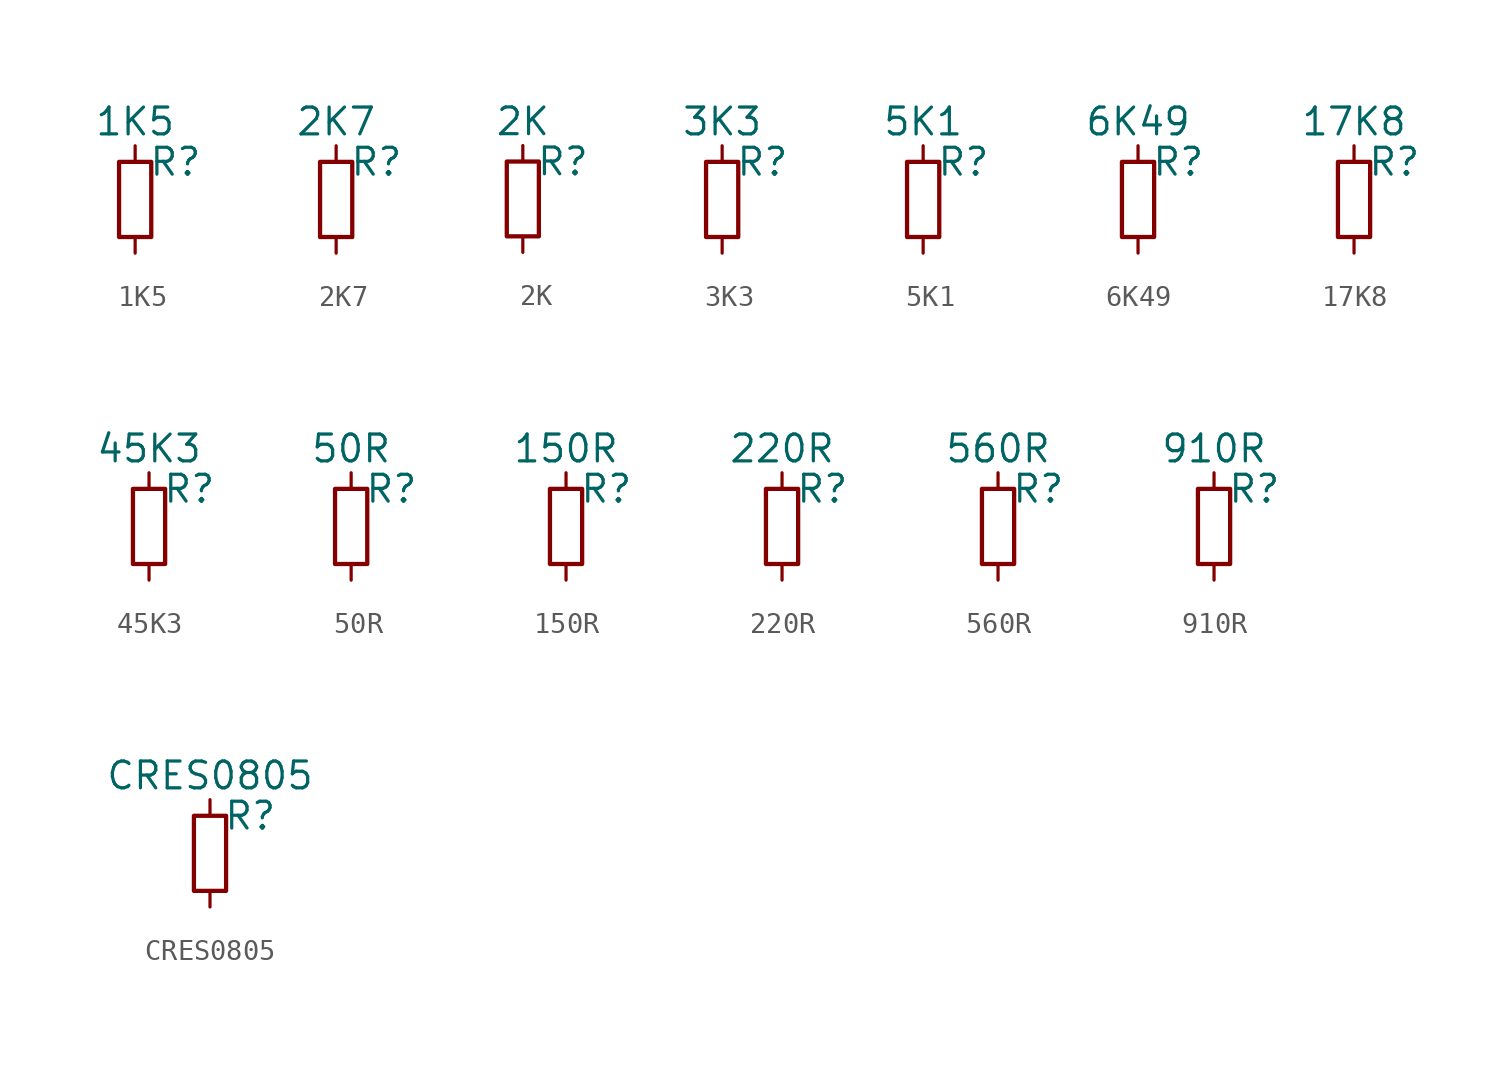
<source format=kicad_sym>
(kicad_symbol_lib
  (version 20241209)
  (generator "kicad_symbol_editor")
  (generator_version "9.0")
  (symbol "1K5"
    (pin_numbers
      (hide yes))
    (pin_names
      (offset 0)
      (hide yes))
    (property "Reference" "R"
      (at 1.905 1.651 0)
      (effects (font (size 1.27 1.27))))
    (property "Value" "1K5"
      (at 0 3.556 0)
      (effects (font (size 1.27 1.27))))
    (symbol "1K5_1_1"
      (rectangle (start -0.762 1.651) (end 0.762 -1.905) (stroke (width 0.203) (type solid)) (fill (type none)))
      (pin passive line (at 0 2.413 270) (length 0.762) (name "~" (effects (font (size 1.27 1.27)))) (number "1" (effects (font (size 1.27 1.27)))))
      (pin passive line (at 0 -2.667 90) (length 0.762) (name "~" (effects (font (size 1.27 1.27)))) (number "2" (effects (font (size 1.27 1.27)))))))
  (symbol "2K7"
    (pin_numbers
      (hide yes))
    (pin_names
      (offset 0)
      (hide yes))
    (property "Reference" "R"
      (at 1.905 1.651 0)
      (effects (font (size 1.27 1.27))))
    (property "Value" "2K7"
      (at 0 3.556 0)
      (effects (font (size 1.27 1.27))))
    (symbol "2K7_1_1"
      (rectangle (start -0.762 1.651) (end 0.762 -1.905) (stroke (width 0.203) (type solid)) (fill (type none)))
      (pin passive line (at 0 2.413 270) (length 0.762) (name "~" (effects (font (size 1.27 1.27)))) (number "1" (effects (font (size 1.27 1.27)))))
      (pin passive line (at 0 -2.667 90) (length 0.762) (name "~" (effects (font (size 1.27 1.27)))) (number "2" (effects (font (size 1.27 1.27)))))))
  (symbol "2K"
    (pin_numbers
      (hide yes))
    (pin_names
      (offset 0)
      (hide yes))
    (property "Reference" "R"
      (at 1.905 1.651 0)
      (effects (font (size 1.27 1.27))))
    (property "Value" "2K"
      (at 0 3.556 0)
      (effects (font (size 1.27 1.27))))
    (symbol "2K_1_1"
      (rectangle (start -0.762 1.651) (end 0.762 -1.905) (stroke (width 0.203) (type solid)) (fill (type none)))
      (pin passive line (at 0 2.413 270) (length 0.762) (name "~" (effects (font (size 1.27 1.27)))) (number "1" (effects (font (size 1.27 1.27)))))
      (pin passive line (at 0 -2.667 90) (length 0.762) (name "~" (effects (font (size 1.27 1.27)))) (number "2" (effects (font (size 1.27 1.27)))))))
  (symbol "3K3"
    (pin_numbers
      (hide yes))
    (pin_names
      (offset 0)
      (hide yes))
    (property "Reference" "R"
      (at 1.905 1.651 0)
      (effects (font (size 1.27 1.27))))
    (property "Value" "3K3"
      (at 0 3.556 0)
      (effects (font (size 1.27 1.27))))
    (symbol "3K3_1_1"
      (rectangle (start -0.762 1.651) (end 0.762 -1.905) (stroke (width 0.203) (type solid)) (fill (type none)))
      (pin passive line (at 0 2.413 270) (length 0.762) (name "~" (effects (font (size 1.27 1.27)))) (number "1" (effects (font (size 1.27 1.27)))))
      (pin passive line (at 0 -2.667 90) (length 0.762) (name "~" (effects (font (size 1.27 1.27)))) (number "2" (effects (font (size 1.27 1.27)))))))
  (symbol "5K1"
    (pin_numbers
      (hide yes))
    (pin_names
      (offset 0)
      (hide yes))
    (property "Reference" "R"
      (at 1.905 1.651 0)
      (effects (font (size 1.27 1.27))))
    (property "Value" "5K1"
      (at 0 3.556 0)
      (effects (font (size 1.27 1.27))))
    (symbol "5K1_1_1"
      (rectangle (start -0.762 1.651) (end 0.762 -1.905) (stroke (width 0.203) (type solid)) (fill (type none)))
      (pin passive line (at 0 2.413 270) (length 0.762) (name "~" (effects (font (size 1.27 1.27)))) (number "1" (effects (font (size 1.27 1.27)))))
      (pin passive line (at 0 -2.667 90) (length 0.762) (name "~" (effects (font (size 1.27 1.27)))) (number "2" (effects (font (size 1.27 1.27)))))))
  (symbol "6K49"
    (pin_numbers
      (hide yes))
    (pin_names
      (offset 0)
      (hide yes))
    (property "Reference" "R"
      (at 1.905 1.651 0)
      (effects (font (size 1.27 1.27))))
    (property "Value" "6K49"
      (at 0 3.556 0)
      (effects (font (size 1.27 1.27))))
    (symbol "6K49_1_1"
      (rectangle (start -0.762 1.651) (end 0.762 -1.905) (stroke (width 0.203) (type solid)) (fill (type none)))
      (pin passive line (at 0 2.413 270) (length 0.762) (name "~" (effects (font (size 1.27 1.27)))) (number "1" (effects (font (size 1.27 1.27)))))
      (pin passive line (at 0 -2.667 90) (length 0.762) (name "~" (effects (font (size 1.27 1.27)))) (number "2" (effects (font (size 1.27 1.27)))))))
  (symbol "17K8"
    (pin_numbers
      (hide yes))
    (pin_names
      (offset 0)
      (hide yes))
    (property "Reference" "R"
      (at 1.905 1.651 0)
      (effects (font (size 1.27 1.27))))
    (property "Value" "17K8"
      (at 0 3.556 0)
      (effects (font (size 1.27 1.27))))
    (symbol "17K8_1_1"
      (rectangle (start -0.762 1.651) (end 0.762 -1.905) (stroke (width 0.203) (type solid)) (fill (type none)))
      (pin passive line (at 0 2.413 270) (length 0.762) (name "~" (effects (font (size 1.27 1.27)))) (number "1" (effects (font (size 1.27 1.27)))))
      (pin passive line (at 0 -2.667 90) (length 0.762) (name "~" (effects (font (size 1.27 1.27)))) (number "2" (effects (font (size 1.27 1.27)))))))
  (symbol "45K3"
    (pin_numbers
      (hide yes))
    (pin_names
      (offset 0)
      (hide yes))
    (property "Reference" "R"
      (at 1.905 1.651 0)
      (effects (font (size 1.27 1.27))))
    (property "Value" "45K3"
      (at 0 3.556 0)
      (effects (font (size 1.27 1.27))))
    (symbol "45K3_1_1"
      (rectangle (start -0.762 1.651) (end 0.762 -1.905) (stroke (width 0.203) (type solid)) (fill (type none)))
      (pin passive line (at 0 2.413 270) (length 0.762) (name "~" (effects (font (size 1.27 1.27)))) (number "1" (effects (font (size 1.27 1.27)))))
      (pin passive line (at 0 -2.667 90) (length 0.762) (name "~" (effects (font (size 1.27 1.27)))) (number "2" (effects (font (size 1.27 1.27)))))))
  (symbol "50R"
    (pin_numbers
      (hide yes))
    (pin_names
      (offset 0)
      (hide yes))
    (property "Reference" "R"
      (at 1.905 1.651 0)
      (effects (font (size 1.27 1.27))))
    (property "Value" "50R"
      (at 0 3.556 0)
      (effects (font (size 1.27 1.27))))
    (symbol "50R_1_1"
      (rectangle (start -0.762 1.651) (end 0.762 -1.905) (stroke (width 0.203) (type solid)) (fill (type none)))
      (pin passive line (at 0 2.413 270) (length 0.762) (name "~" (effects (font (size 1.27 1.27)))) (number "1" (effects (font (size 1.27 1.27)))))
      (pin passive line (at 0 -2.667 90) (length 0.762) (name "~" (effects (font (size 1.27 1.27)))) (number "2" (effects (font (size 1.27 1.27)))))))
  (symbol "150R"
    (pin_numbers
      (hide yes))
    (pin_names
      (offset 0)
      (hide yes))
    (property "Reference" "R"
      (at 1.905 1.651 0)
      (effects (font (size 1.27 1.27))))
    (property "Value" "150R"
      (at 0 3.556 0)
      (effects (font (size 1.27 1.27))))
    (symbol "150R_1_1"
      (rectangle (start -0.762 1.651) (end 0.762 -1.905) (stroke (width 0.203) (type solid)) (fill (type none)))
      (pin passive line (at 0 2.413 270) (length 0.762) (name "~" (effects (font (size 1.27 1.27)))) (number "1" (effects (font (size 1.27 1.27)))))
      (pin passive line (at 0 -2.667 90) (length 0.762) (name "~" (effects (font (size 1.27 1.27)))) (number "2" (effects (font (size 1.27 1.27)))))))
  (symbol "220R"
    (pin_numbers
      (hide yes))
    (pin_names
      (offset 0)
      (hide yes))
    (property "Reference" "R"
      (at 1.905 1.651 0)
      (effects (font (size 1.27 1.27))))
    (property "Value" "220R"
      (at 0 3.556 0)
      (effects (font (size 1.27 1.27))))
    (symbol "220R_1_1"
      (rectangle (start -0.762 1.651) (end 0.762 -1.905) (stroke (width 0.203) (type solid)) (fill (type none)))
      (pin passive line (at 0 2.413 270) (length 0.762) (name "~" (effects (font (size 1.27 1.27)))) (number "1" (effects (font (size 1.27 1.27)))))
      (pin passive line (at 0 -2.667 90) (length 0.762) (name "~" (effects (font (size 1.27 1.27)))) (number "2" (effects (font (size 1.27 1.27)))))))
  (symbol "560R"
    (pin_numbers
      (hide yes))
    (pin_names
      (offset 0)
      (hide yes))
    (property "Reference" "R"
      (at 1.905 1.651 0)
      (effects (font (size 1.27 1.27))))
    (property "Value" "560R"
      (at 0 3.556 0)
      (effects (font (size 1.27 1.27))))
    (symbol "560R_1_1"
      (rectangle (start -0.762 1.651) (end 0.762 -1.905) (stroke (width 0.203) (type solid)) (fill (type none)))
      (pin passive line (at 0 2.413 270) (length 0.762) (name "~" (effects (font (size 1.27 1.27)))) (number "1" (effects (font (size 1.27 1.27)))))
      (pin passive line (at 0 -2.667 90) (length 0.762) (name "~" (effects (font (size 1.27 1.27)))) (number "2" (effects (font (size 1.27 1.27)))))))
  (symbol "910R"
    (pin_numbers
      (hide yes))
    (pin_names
      (offset 0)
      (hide yes))
    (property "Reference" "R"
      (at 1.905 1.651 0)
      (effects (font (size 1.27 1.27))))
    (property "Value" "910R"
      (at 0 3.556 0)
      (effects (font (size 1.27 1.27))))
    (symbol "910R_1_1"
      (rectangle (start -0.762 1.651) (end 0.762 -1.905) (stroke (width 0.203) (type solid)) (fill (type none)))
      (pin passive line (at 0 2.413 270) (length 0.762) (name "~" (effects (font (size 1.27 1.27)))) (number "1" (effects (font (size 1.27 1.27)))))
      (pin passive line (at 0 -2.667 90) (length 0.762) (name "~" (effects (font (size 1.27 1.27)))) (number "2" (effects (font (size 1.27 1.27)))))))
  (symbol "CRES0805"
    (pin_numbers
      (hide yes))
    (pin_names
      (offset 0)
      (hide yes))
    (property "Reference" "R"
      (at 1.905 1.651 0)
      (effects (font (size 1.27 1.27))))
    (property "Value" "CRES0805"
      (at 0 3.556 0)
      (effects (font (size 1.27 1.27))))
    (symbol "CRES0805_1_1"
      (rectangle (start -0.762 1.651) (end 0.762 -1.905) (stroke (width 0.203) (type solid)) (fill (type none)))
      (pin passive line (at 0 2.413 270) (length 0.762) (name "~" (effects (font (size 1.27 1.27)))) (number "1" (effects (font (size 1.27 1.27)))))
      (pin passive line (at 0 -2.667 90) (length 0.762) (name "~" (effects (font (size 1.27 1.27)))) (number "2" (effects (font (size 1.27 1.27))))))))
</source>
